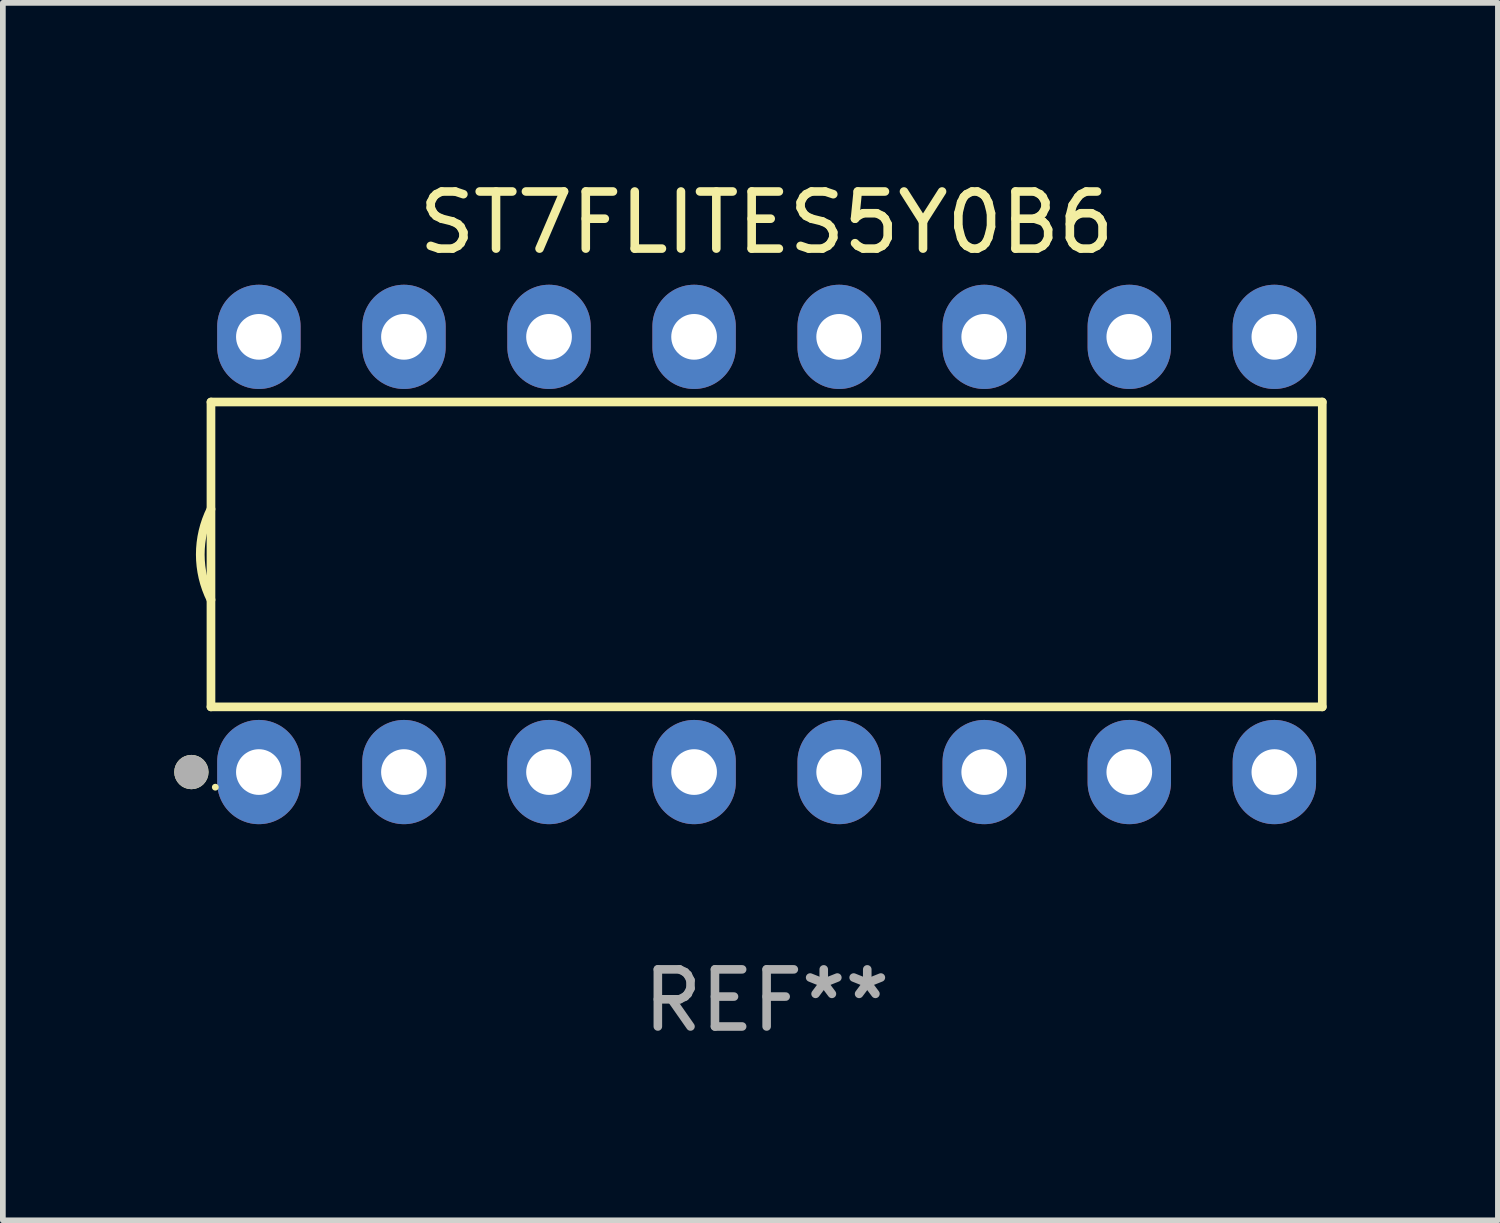
<source format=kicad_pcb>
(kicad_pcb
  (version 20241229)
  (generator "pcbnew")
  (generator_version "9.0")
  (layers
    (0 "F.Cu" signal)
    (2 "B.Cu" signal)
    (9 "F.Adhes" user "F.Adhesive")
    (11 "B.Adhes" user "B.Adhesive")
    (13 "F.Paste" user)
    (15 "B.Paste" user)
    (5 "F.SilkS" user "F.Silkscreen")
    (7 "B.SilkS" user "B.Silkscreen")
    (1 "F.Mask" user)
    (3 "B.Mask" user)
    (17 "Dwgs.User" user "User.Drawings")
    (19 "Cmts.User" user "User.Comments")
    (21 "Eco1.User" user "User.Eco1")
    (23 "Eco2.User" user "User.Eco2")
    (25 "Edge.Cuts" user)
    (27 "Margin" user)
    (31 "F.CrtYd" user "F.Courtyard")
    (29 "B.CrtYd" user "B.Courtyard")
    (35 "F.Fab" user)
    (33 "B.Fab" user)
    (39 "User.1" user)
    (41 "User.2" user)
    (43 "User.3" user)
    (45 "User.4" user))
  (footprint "ST7FLITES5Y0B6"
    (layer "F.Cu")
    (at 10.373 6.658)
    (property "Reference" "ST7FLITES5Y0B6" (at 0 -5.81 0) (layer "F.SilkS") (effects (font (size 1 1) (thickness 0.15))))
    (attr through_hole)
    (fp_line (start -9.729 -2.669) (end 9.729 -2.669) (stroke (width 0.152) (type solid)) (layer "F.SilkS"))
    (fp_line (start -9.729 2.669) (end -9.729 -2.669) (stroke (width 0.152) (type solid)) (layer "F.SilkS"))
    (fp_line (start 9.729 -2.669) (end 9.729 2.669) (stroke (width 0.152) (type solid)) (layer "F.SilkS"))
    (fp_line (start 9.729 2.669) (end -9.729 2.669) (stroke (width 0.152) (type solid)) (layer "F.SilkS"))
    (fp_arc (start -9.728727 0.793751) (mid -9.916106 0) (end -9.728727 -0.793752) (stroke (width 0.1524) (type solid)) (layer "F.SilkS"))
    (fp_circle (center -10.072 3.81) (end -9.922 3.81) (stroke (width 0.3) (type solid)) (fill no) (layer "F.SilkS"))
    (fp_circle (center -9.653 4.075) (end -9.623 4.075) (stroke (width 0.06) (type solid)) (fill no) (layer "F.SilkS"))
    (fp_circle (center -10.072 3.81) (end -9.922 3.81) (stroke (width 0.3) (type solid)) (fill no) (layer "F.Fab"))
    (fp_text user "REF**" (at 0 7.81 0) (layer "F.Fab") (effects (font (size 1 1) (thickness 0.15))))
    (pad "1" thru_hole oval (at -8.89 3.81) (size 1.46 1.825) (drill 0.8) (layers "*.Cu" "*.Mask"))
    (pad "2" thru_hole oval (at -6.35 3.81) (size 1.46 1.825) (drill 0.8) (layers "*.Cu" "*.Mask"))
    (pad "3" thru_hole oval (at -3.81 3.81) (size 1.46 1.825) (drill 0.8) (layers "*.Cu" "*.Mask"))
    (pad "4" thru_hole oval (at -1.27 3.81) (size 1.46 1.825) (drill 0.8) (layers "*.Cu" "*.Mask"))
    (pad "5" thru_hole oval (at 1.27 3.81) (size 1.46 1.825) (drill 0.8) (layers "*.Cu" "*.Mask"))
    (pad "6" thru_hole oval (at 3.81 3.81) (size 1.46 1.825) (drill 0.8) (layers "*.Cu" "*.Mask"))
    (pad "7" thru_hole oval (at 6.35 3.81) (size 1.46 1.825) (drill 0.8) (layers "*.Cu" "*.Mask"))
    (pad "8" thru_hole oval (at 8.89 3.81) (size 1.46 1.825) (drill 0.8) (layers "*.Cu" "*.Mask"))
    (pad "9" thru_hole oval (at 8.89 -3.81) (size 1.46 1.825) (drill 0.8) (layers "*.Cu" "*.Mask"))
    (pad "10" thru_hole oval (at 6.35 -3.81) (size 1.46 1.825) (drill 0.8) (layers "*.Cu" "*.Mask"))
    (pad "11" thru_hole oval (at 3.81 -3.81) (size 1.46 1.825) (drill 0.8) (layers "*.Cu" "*.Mask"))
    (pad "12" thru_hole oval (at 1.27 -3.81) (size 1.46 1.825) (drill 0.8) (layers "*.Cu" "*.Mask"))
    (pad "13" thru_hole oval (at -1.27 -3.81) (size 1.46 1.825) (drill 0.8) (layers "*.Cu" "*.Mask"))
    (pad "14" thru_hole oval (at -3.81 -3.81) (size 1.46 1.825) (drill 0.8) (layers "*.Cu" "*.Mask"))
    (pad "15" thru_hole oval (at -6.35 -3.81) (size 1.46 1.825) (drill 0.8) (layers "*.Cu" "*.Mask"))
    (pad "16" thru_hole oval (at -8.89 -3.81) (size 1.46 1.825) (drill 0.8) (layers "*.Cu" "*.Mask")))
  (gr_rect
    (start -3 -3)
    (end 23.177 18.317)
    (stroke (width 0.1) (type default))
    (fill no)
    (layer "Edge.Cuts")))
</source>
